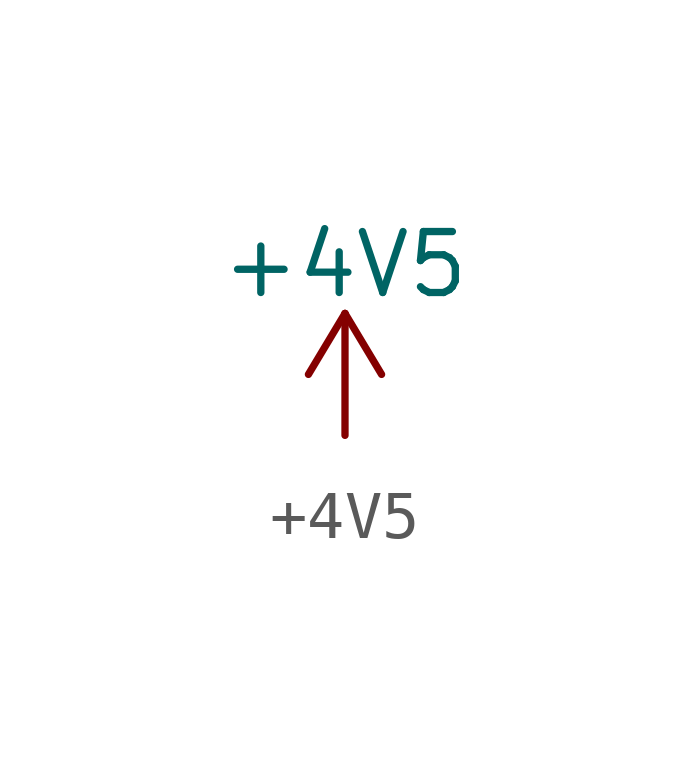
<source format=kicad_sym>
(kicad_symbol_lib
  (version 20220914)
  (generator kicad_symbol_editor)
  (symbol "+4V5"
    (power)
    (pin_names
      (offset 0))
    (property "Reference" "#PWR"
      (at 0 -3.81 0)
      (effects (font (size 1.27 1.27)) hide))
    (property "Value" "+4V5"
      (at 0 3.556 0)
      (effects (font (size 1.27 1.27))))
    (symbol "+4V5_0_1"
      (polyline (pts (xy -0.762 1.27) (xy 0 2.54)) (stroke (width 0) (type default)) (fill (type none)))
      (polyline (pts (xy 0 0) (xy 0 2.54)) (stroke (width 0) (type default)) (fill (type none)))
      (polyline (pts (xy 0 2.54) (xy 0.762 1.27)) (stroke (width 0) (type default)) (fill (type none))))
    (symbol "+4V5_1_1"
      (pin power_in line (at 0 0 90) (length 0) hide (name "+4V5" (effects (font (size 1.27 1.27)))) (number "1" (effects (font (size 1.27 1.27))))))))
</source>
